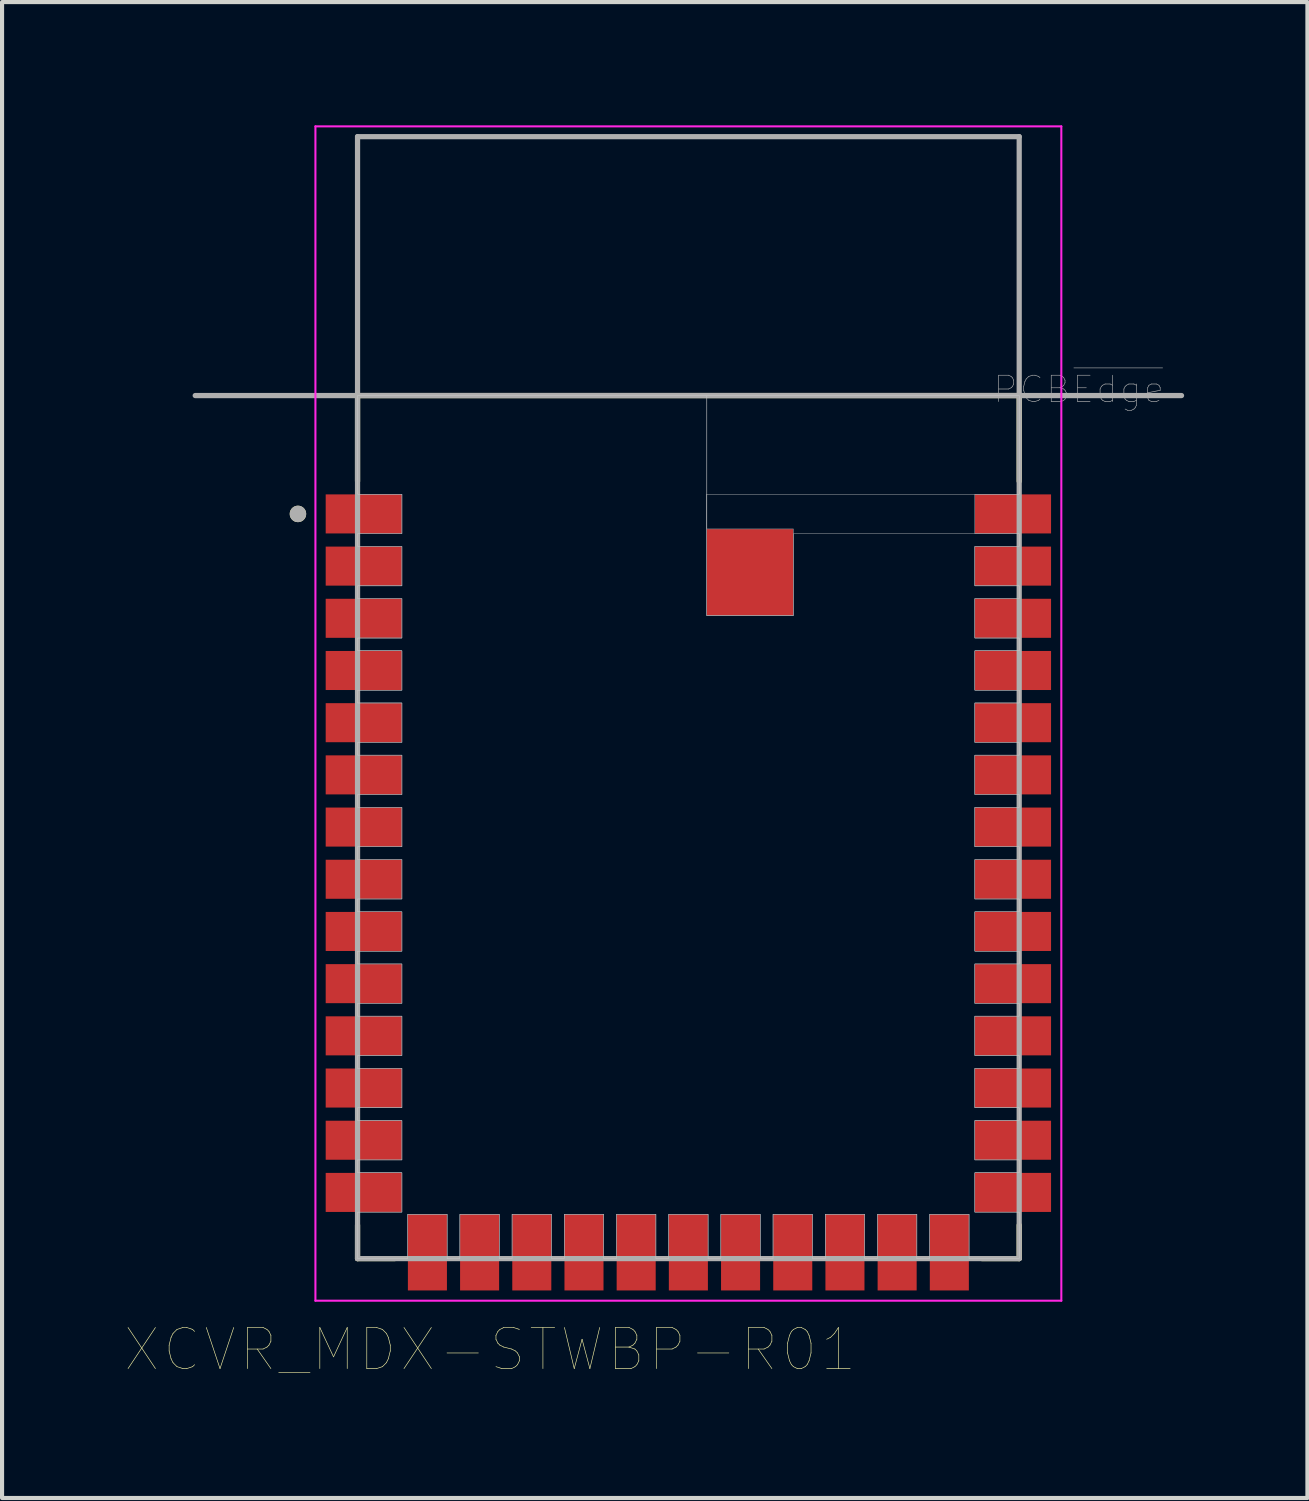
<source format=kicad_pcb>
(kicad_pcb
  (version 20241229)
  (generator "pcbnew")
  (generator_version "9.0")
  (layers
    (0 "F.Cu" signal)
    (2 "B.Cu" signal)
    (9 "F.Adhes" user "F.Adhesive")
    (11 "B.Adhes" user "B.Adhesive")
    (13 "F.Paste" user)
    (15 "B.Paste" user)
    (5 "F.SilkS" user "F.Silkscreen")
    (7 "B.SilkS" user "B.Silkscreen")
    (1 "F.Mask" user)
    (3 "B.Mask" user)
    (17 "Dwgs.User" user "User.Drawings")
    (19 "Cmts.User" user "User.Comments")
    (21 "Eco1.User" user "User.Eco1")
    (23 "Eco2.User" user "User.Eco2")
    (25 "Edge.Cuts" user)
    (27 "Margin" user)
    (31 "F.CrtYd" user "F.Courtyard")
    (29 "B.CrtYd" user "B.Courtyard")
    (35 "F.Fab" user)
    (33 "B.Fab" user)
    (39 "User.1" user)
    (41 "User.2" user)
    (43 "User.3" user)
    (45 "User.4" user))
  (footprint "XCVR_MDX-STWBP-R01"
    (layer "F.Cu")
    (at 13.7 13.925)
    (property "Reference" "XCVR_MDX-STWBP-R01" (at -4.825 15.865 0) (layer "F.SilkS") (effects (font (size 1 1) (thickness 0.015))))
    (attr through_hole)
    (fp_line (start -8.05 -7.35) (end 8.05 -7.35) (stroke (width 0.127) (type solid)) (layer "F.SilkS"))
    (fp_line (start -8.05 -5.265) (end -8.05 -7.35) (stroke (width 0.127) (type solid)) (layer "F.SilkS"))
    (fp_line (start -8.05 13.65) (end -8.05 12.835) (stroke (width 0.127) (type solid)) (layer "F.SilkS"))
    (fp_line (start -7.145 13.65) (end -8.05 13.65) (stroke (width 0.127) (type solid)) (layer "F.SilkS"))
    (fp_line (start 8.05 -7.35) (end 8.05 -5.265) (stroke (width 0.127) (type solid)) (layer "F.SilkS"))
    (fp_line (start 8.05 12.835) (end 8.05 13.65) (stroke (width 0.127) (type solid)) (layer "F.SilkS"))
    (fp_line (start 8.05 13.65) (end 7.145 13.65) (stroke (width 0.127) (type solid)) (layer "F.SilkS"))
    (fp_circle (center -9.5 -4.47) (end -9.4 -4.47) (stroke (width 0.2) (type solid)) (fill no) (layer "F.SilkS"))
    (fp_poly (pts (xy 2.555 -3.99) (xy 8.05 -3.99) (xy 8.05 -3.68) (xy 6.97 -3.68) (xy 6.97 -2.72) (xy 8.05 -2.72) (xy 8.05 -2.41) (xy 6.97 -2.41) (xy 6.97 -1.45) (xy 8.05 -1.45) (xy 8.05 -1.14) (xy 6.97 -1.14) (xy 6.97 -0.18) (xy 8.05 -0.18) (xy 8.05 0.13) (xy 6.97 0.13) (xy 6.97 1.09) (xy 8.05 1.09) (xy 8.05 1.4) (xy 6.97 1.4) (xy 6.97 2.36) (xy 8.05 2.36) (xy 8.05 2.67) (xy 6.97 2.67) (xy 6.97 3.63) (xy 8.05 3.63) (xy 8.05 3.94) (xy 6.97 3.94) (xy 6.97 4.9) (xy 8.05 4.9) (xy 8.05 5.21) (xy 6.97 5.21) (xy 6.97 6.17) (xy 8.05 6.17) (xy 8.05 6.48) (xy 6.97 6.48) (xy 6.97 7.44) (xy 8.05 7.44) (xy 8.05 7.75) (xy 6.97 7.75) (xy 6.97 8.71) (xy 8.05 8.71) (xy 8.05 9.02) (xy 6.97 9.02) (xy 6.97 9.98) (xy 8.05 9.98) (xy 8.05 10.29) (xy 6.97 10.29) (xy 6.97 11.25) (xy 8.05 11.25) (xy 8.05 11.56) (xy 6.97 11.56) (xy 6.97 12.52) (xy 8.05 12.52) (xy 8.05 13.65) (xy 6.83 13.65) (xy 6.83 12.57) (xy 5.87 12.57) (xy 5.87 13.65) (xy 5.56 13.65) (xy 5.56 12.57) (xy 4.6 12.57) (xy 4.6 13.65) (xy 4.29 13.65) (xy 4.29 12.57) (xy 3.33 12.57) (xy 3.33 13.65) (xy 3.02 13.65) (xy 3.02 12.57) (xy 2.06 12.57) (xy 2.06 13.65) (xy 1.75 13.65) (xy 1.75 12.57) (xy 0.79 12.57) (xy 0.79 13.65) (xy 0.48 13.65) (xy 0.48 12.57) (xy -0.48 12.57) (xy -0.48 13.65) (xy -0.79 13.65) (xy -0.79 12.57) (xy -1.75 12.57) (xy -1.75 13.65) (xy -2.06 13.65) (xy -2.06 12.57) (xy -3.02 12.57) (xy -3.02 13.65) (xy -3.33 13.65) (xy -3.33 12.57) (xy -4.29 12.57) (xy -4.29 13.65) (xy -4.6 13.65) (xy -4.6 12.57) (xy -5.56 12.57) (xy -5.56 13.65) (xy -5.87 13.65) (xy -5.87 12.57) (xy -6.83 12.57) (xy -6.83 13.65) (xy -8.05 13.65) (xy -8.05 12.52) (xy -6.97 12.52) (xy -6.97 11.56) (xy -8.05 11.56) (xy -8.05 11.25) (xy -6.97 11.25) (xy -6.97 10.29) (xy -8.05 10.29) (xy -8.05 9.98) (xy -6.97 9.98) (xy -6.97 9.02) (xy -8.05 9.02) (xy -8.05 8.71) (xy -6.97 8.71) (xy -6.97 7.75) (xy -8.05 7.75) (xy -8.05 7.44) (xy -6.97 7.44) (xy -6.97 6.48) (xy -8.05 6.48) (xy -8.05 6.17) (xy -6.97 6.17) (xy -6.97 5.21) (xy -8.05 5.21) (xy -8.05 4.9) (xy -6.97 4.9) (xy -6.97 3.94) (xy -8.05 3.94) (xy -8.05 3.63) (xy -6.97 3.63) (xy -6.97 2.67) (xy -8.05 2.67) (xy -8.05 2.36) (xy -6.97 2.36) (xy -6.97 1.4) (xy -8.05 1.4) (xy -8.05 1.09) (xy -6.97 1.09) (xy -6.97 0.13) (xy -8.05 0.13) (xy -8.05 -0.18) (xy -6.97 -0.18) (xy -6.97 -1.14) (xy -8.05 -1.14) (xy -8.05 -1.45) (xy -6.97 -1.45) (xy -6.97 -2.41) (xy -8.05 -2.41) (xy -8.05 -2.72) (xy -6.97 -2.72) (xy -6.97 -3.68) (xy -8.05 -3.68) (xy -8.05 -3.99) (xy -6.97 -3.99) (xy -6.97 -4.95) (xy -8.05 -4.95) (xy -8.05 -7.35) (xy 8.05 -7.35) (xy 8.05 -4.95) (xy 0.445 -4.95) (xy 0.445 -1.995) (xy 2.555 -1.995)) (stroke (width 0.01) (type solid)) (fill no) (layer "Dwgs.User"))
    (fp_poly (pts (xy 8.05 -7.35) (xy 8.05 -4.95) (xy 6.97 -4.95) (xy 6.97 -3.99) (xy 8.05 -3.99) (xy 8.05 -3.68) (xy 6.97 -3.68) (xy 6.97 -2.72) (xy 8.05 -2.72) (xy 8.05 -2.41) (xy 6.97 -2.41) (xy 6.97 -1.45) (xy 8.05 -1.45) (xy 8.05 -1.14) (xy 6.97 -1.14) (xy 6.97 -0.18) (xy 8.05 -0.18) (xy 8.05 0.13) (xy 6.97 0.13) (xy 6.97 1.09) (xy 8.05 1.09) (xy 8.05 1.4) (xy 6.97 1.4) (xy 6.97 2.36) (xy 8.05 2.36) (xy 8.05 2.67) (xy 6.97 2.67) (xy 6.97 3.63) (xy 8.05 3.63) (xy 8.05 3.94) (xy 6.97 3.94) (xy 6.97 4.9) (xy 8.05 4.9) (xy 8.05 5.21) (xy 6.97 5.21) (xy 6.97 6.17) (xy 8.05 6.17) (xy 8.05 6.48) (xy 6.97 6.48) (xy 6.97 7.44) (xy 8.05 7.44) (xy 8.05 7.75) (xy 6.97 7.75) (xy 6.97 8.71) (xy 8.05 8.71) (xy 8.05 9.02) (xy 6.97 9.02) (xy 6.97 9.98) (xy 8.05 9.98) (xy 8.05 10.29) (xy 6.97 10.29) (xy 6.97 11.25) (xy 8.05 11.25) (xy 8.05 11.56) (xy 6.97 11.56) (xy 6.97 12.52) (xy 8.05 12.52) (xy 8.05 13.65) (xy 6.83 13.65) (xy 6.83 12.57) (xy 5.87 12.57) (xy 5.87 13.65) (xy 5.56 13.65) (xy 5.56 12.57) (xy 4.6 12.57) (xy 4.6 13.65) (xy 4.29 13.65) (xy 4.29 12.57) (xy 3.33 12.57) (xy 3.33 13.65) (xy 3.02 13.65) (xy 3.02 12.57) (xy 2.06 12.57) (xy 2.06 13.65) (xy 1.75 13.65) (xy 1.75 12.57) (xy 0.79 12.57) (xy 0.79 13.65) (xy 0.48 13.65) (xy 0.48 12.57) (xy -0.48 12.57) (xy -0.48 13.65) (xy -0.79 13.65) (xy -0.79 12.57) (xy -1.75 12.57) (xy -1.75 13.65) (xy -2.06 13.65) (xy -2.06 12.57) (xy -3.02 12.57) (xy -3.02 13.65) (xy -3.33 13.65) (xy -3.33 12.57) (xy -4.29 12.57) (xy -4.29 13.65) (xy -4.6 13.65) (xy -4.6 12.57) (xy -5.56 12.57) (xy -5.56 13.65) (xy -5.87 13.65) (xy -5.87 12.57) (xy -6.83 12.57) (xy -6.83 13.65) (xy -8.05 13.65) (xy -8.05 12.52) (xy -6.97 12.52) (xy -6.97 11.56) (xy -8.05 11.56) (xy -8.05 11.25) (xy -6.97 11.25) (xy -6.97 10.29) (xy -8.05 10.29) (xy -8.05 9.98) (xy -6.97 9.98) (xy -6.97 9.02) (xy -8.05 9.02) (xy -8.05 8.71) (xy -6.97 8.71) (xy -6.97 7.75) (xy -8.05 7.75) (xy -8.05 7.44) (xy -6.97 7.44) (xy -6.97 6.48) (xy -8.05 6.48) (xy -8.05 6.17) (xy -6.97 6.17) (xy -6.97 5.21) (xy -8.05 5.21) (xy -8.05 4.9) (xy -6.97 4.9) (xy -6.97 3.94) (xy -8.05 3.94) (xy -8.05 3.63) (xy -6.97 3.63) (xy -6.97 2.67) (xy -8.05 2.67) (xy -8.05 2.36) (xy -6.97 2.36) (xy -6.97 1.4) (xy -8.05 1.4) (xy -8.05 1.09) (xy -6.97 1.09) (xy -6.97 0.13) (xy -8.05 0.13) (xy -8.05 -0.18) (xy -6.97 -0.18) (xy -6.97 -1.14) (xy -8.05 -1.14) (xy -8.05 -1.45) (xy -6.97 -1.45) (xy -6.97 -2.41) (xy -8.05 -2.41) (xy -8.05 -2.72) (xy -6.97 -2.72) (xy -6.97 -3.68) (xy -8.05 -3.68) (xy -8.05 -3.99) (xy -6.97 -3.99) (xy -6.97 -4.95) (xy -8.05 -4.95) (xy -8.05 -7.35) (xy 0.445 -7.35) (xy 0.445 -1.995) (xy 2.555 -1.995) (xy 2.555 -4.105) (xy 0.45 -4.105) (xy 0.45 -7.35)) (stroke (width 0.01) (type solid)) (fill no) (layer "Dwgs.User"))
    (fp_line (start -9.075 -13.9) (end 9.075 -13.9) (stroke (width 0.05) (type solid)) (layer "F.CrtYd"))
    (fp_line (start -9.075 14.675) (end -9.075 -13.9) (stroke (width 0.05) (type solid)) (layer "F.CrtYd"))
    (fp_line (start 9.075 -13.9) (end 9.075 14.675) (stroke (width 0.05) (type solid)) (layer "F.CrtYd"))
    (fp_line (start 9.075 14.675) (end -9.075 14.675) (stroke (width 0.05) (type solid)) (layer "F.CrtYd"))
    (fp_line (start -12 -7.35) (end -8.05 -7.35) (stroke (width 0.127) (type solid)) (layer "F.Fab"))
    (fp_line (start -8.05 -13.65) (end 8.05 -13.65) (stroke (width 0.127) (type solid)) (layer "F.Fab"))
    (fp_line (start -8.05 -7.35) (end -8.05 -13.65) (stroke (width 0.127) (type solid)) (layer "F.Fab"))
    (fp_line (start -8.05 -7.35) (end 8.05 -7.35) (stroke (width 0.127) (type solid)) (layer "F.Fab"))
    (fp_line (start -8.05 13.65) (end -8.05 -7.35) (stroke (width 0.127) (type solid)) (layer "F.Fab"))
    (fp_line (start 8.05 -13.65) (end 8.05 -7.35) (stroke (width 0.127) (type solid)) (layer "F.Fab"))
    (fp_line (start 8.05 -7.35) (end 8.05 13.65) (stroke (width 0.127) (type solid)) (layer "F.Fab"))
    (fp_line (start 8.05 -7.35) (end 12 -7.35) (stroke (width 0.127) (type solid)) (layer "F.Fab"))
    (fp_line (start 8.05 13.65) (end -8.05 13.65) (stroke (width 0.127) (type solid)) (layer "F.Fab"))
    (fp_circle (center -9.5 -4.47) (end -9.4 -4.47) (stroke (width 0.2) (type solid)) (fill no) (layer "F.Fab"))
    (fp_text user "PCB~{Edge}" (at 9.5 -7.5 0) (layer "F.Fab") (effects (font (size 0.64 0.64) (thickness 0.015))))
    (pad "P1" smd rect (at -7.9 -4.47) (size 1.85 0.95) (layers "F.Cu" "F.Mask" "F.Paste"))
    (pad "P2" smd rect (at -7.9 -3.2) (size 1.85 0.95) (layers "F.Cu" "F.Mask" "F.Paste"))
    (pad "P3" smd rect (at -7.9 -1.93) (size 1.85 0.95) (layers "F.Cu" "F.Mask" "F.Paste"))
    (pad "P4" smd rect (at -7.9 -0.66) (size 1.85 0.95) (layers "F.Cu" "F.Mask" "F.Paste"))
    (pad "P5" smd rect (at -7.9 0.61) (size 1.85 0.95) (layers "F.Cu" "F.Mask" "F.Paste"))
    (pad "P6" smd rect (at -7.9 1.88) (size 1.85 0.95) (layers "F.Cu" "F.Mask" "F.Paste"))
    (pad "P7" smd rect (at -7.9 3.15) (size 1.85 0.95) (layers "F.Cu" "F.Mask" "F.Paste"))
    (pad "P8" smd rect (at -7.9 4.42) (size 1.85 0.95) (layers "F.Cu" "F.Mask" "F.Paste"))
    (pad "P9" smd rect (at -7.9 5.69) (size 1.85 0.95) (layers "F.Cu" "F.Mask" "F.Paste"))
    (pad "P10" smd rect (at -7.9 6.96) (size 1.85 0.95) (layers "F.Cu" "F.Mask" "F.Paste"))
    (pad "P11" smd rect (at -7.9 8.23) (size 1.85 0.95) (layers "F.Cu" "F.Mask" "F.Paste"))
    (pad "P12" smd rect (at -7.9 9.5) (size 1.85 0.95) (layers "F.Cu" "F.Mask" "F.Paste"))
    (pad "P13" smd rect (at -7.9 10.77) (size 1.85 0.95) (layers "F.Cu" "F.Mask" "F.Paste"))
    (pad "P14" smd rect (at -7.9 12.04) (size 1.85 0.95) (layers "F.Cu" "F.Mask" "F.Paste"))
    (pad "P15" smd rect (at -6.35 13.5) (size 0.95 1.85) (layers "F.Cu" "F.Mask" "F.Paste"))
    (pad "P16" smd rect (at -5.08 13.5) (size 0.95 1.85) (layers "F.Cu" "F.Mask" "F.Paste"))
    (pad "P17" smd rect (at -3.81 13.5) (size 0.95 1.85) (layers "F.Cu" "F.Mask" "F.Paste"))
    (pad "P18" smd rect (at -2.54 13.5) (size 0.95 1.85) (layers "F.Cu" "F.Mask" "F.Paste"))
    (pad "P19" smd rect (at -1.27 13.5) (size 0.95 1.85) (layers "F.Cu" "F.Mask" "F.Paste"))
    (pad "P20" smd rect (at 0 13.5) (size 0.95 1.85) (layers "F.Cu" "F.Mask" "F.Paste"))
    (pad "P21" smd rect (at 1.27 13.5) (size 0.95 1.85) (layers "F.Cu" "F.Mask" "F.Paste"))
    (pad "P22" smd rect (at 2.54 13.5) (size 0.95 1.85) (layers "F.Cu" "F.Mask" "F.Paste"))
    (pad "P23" smd rect (at 3.81 13.5) (size 0.95 1.85) (layers "F.Cu" "F.Mask" "F.Paste"))
    (pad "P24" smd rect (at 5.08 13.5) (size 0.95 1.85) (layers "F.Cu" "F.Mask" "F.Paste"))
    (pad "P25" smd rect (at 6.35 13.5) (size 0.95 1.85) (layers "F.Cu" "F.Mask" "F.Paste"))
    (pad "P26" smd rect (at 7.9 12.04) (size 1.85 0.95) (layers "F.Cu" "F.Mask" "F.Paste"))
    (pad "P27" smd rect (at 7.9 10.77) (size 1.85 0.95) (layers "F.Cu" "F.Mask" "F.Paste"))
    (pad "P28" smd rect (at 7.9 9.5) (size 1.85 0.95) (layers "F.Cu" "F.Mask" "F.Paste"))
    (pad "P29" smd rect (at 7.9 8.23) (size 1.85 0.95) (layers "F.Cu" "F.Mask" "F.Paste"))
    (pad "P30" smd rect (at 7.9 6.96) (size 1.85 0.95) (layers "F.Cu" "F.Mask" "F.Paste"))
    (pad "P31" smd rect (at 7.9 5.69) (size 1.85 0.95) (layers "F.Cu" "F.Mask" "F.Paste"))
    (pad "P32" smd rect (at 7.9 4.42) (size 1.85 0.95) (layers "F.Cu" "F.Mask" "F.Paste"))
    (pad "P33" smd rect (at 7.9 3.15) (size 1.85 0.95) (layers "F.Cu" "F.Mask" "F.Paste"))
    (pad "P34" smd rect (at 7.9 1.88) (size 1.85 0.95) (layers "F.Cu" "F.Mask" "F.Paste"))
    (pad "P35" smd rect (at 7.9 0.61) (size 1.85 0.95) (layers "F.Cu" "F.Mask" "F.Paste"))
    (pad "P36" smd rect (at 7.9 -0.66) (size 1.85 0.95) (layers "F.Cu" "F.Mask" "F.Paste"))
    (pad "P37" smd rect (at 7.9 -1.93) (size 1.85 0.95) (layers "F.Cu" "F.Mask" "F.Paste"))
    (pad "P38" smd rect (at 7.9 -3.2) (size 1.85 0.95) (layers "F.Cu" "F.Mask" "F.Paste"))
    (pad "P39" smd rect (at 7.9 -4.47) (size 1.85 0.95) (layers "F.Cu" "F.Mask" "F.Paste"))
    (pad "P40" smd rect (at 1.5 -3.05) (size 2.1 2.1) (layers "F.Cu" "F.Mask" "F.Paste")))
  (gr_rect
    (start -3 -3)
    (end 28.763 33.401)
    (stroke (width 0.1) (type default))
    (fill no)
    (layer "Edge.Cuts")))
</source>
